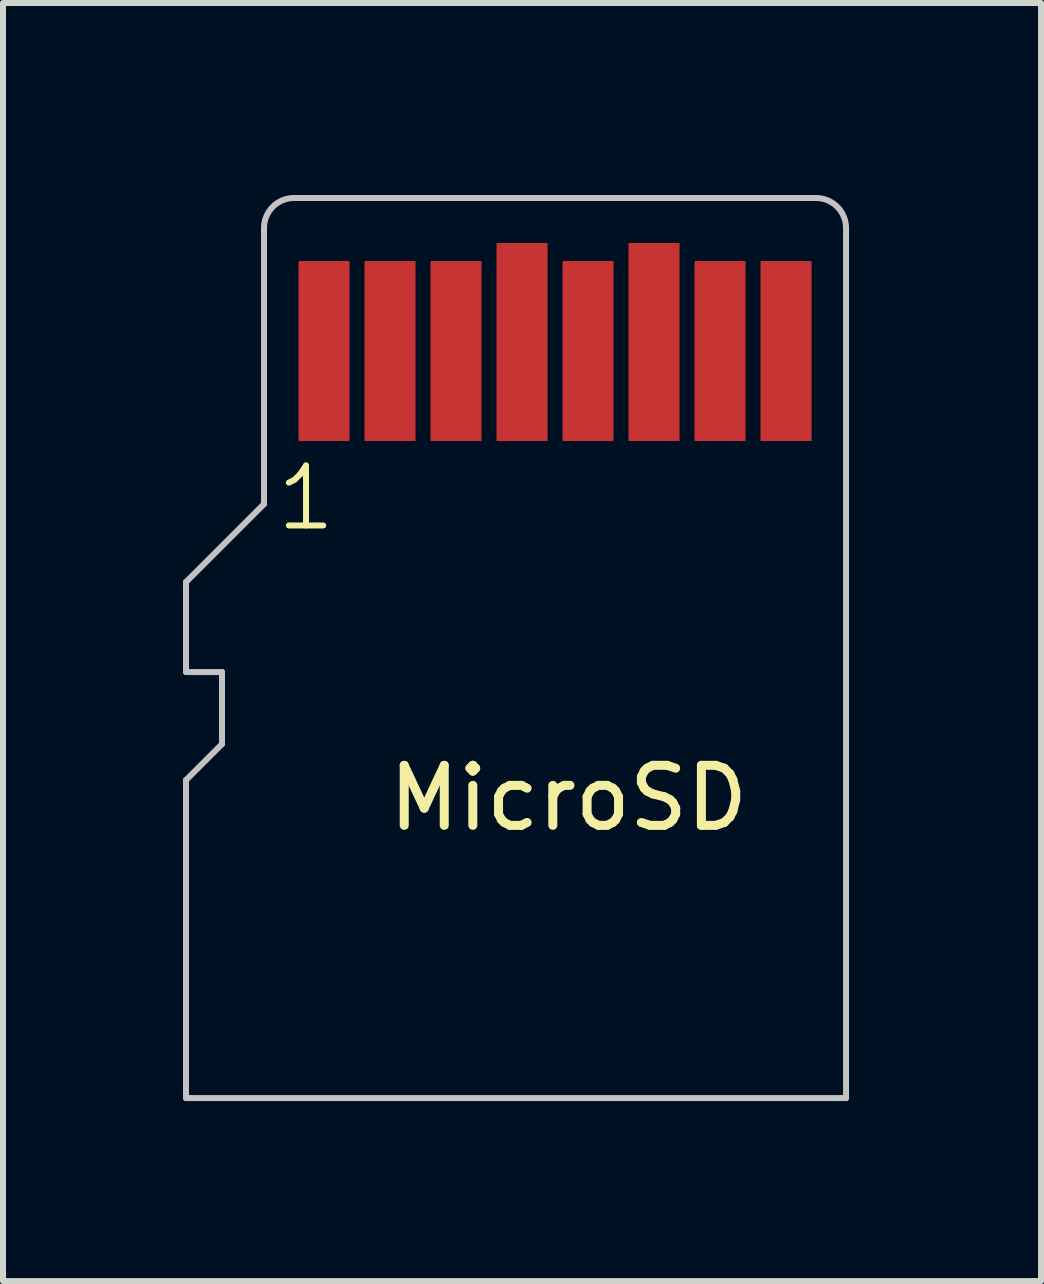
<source format=kicad_pcb>
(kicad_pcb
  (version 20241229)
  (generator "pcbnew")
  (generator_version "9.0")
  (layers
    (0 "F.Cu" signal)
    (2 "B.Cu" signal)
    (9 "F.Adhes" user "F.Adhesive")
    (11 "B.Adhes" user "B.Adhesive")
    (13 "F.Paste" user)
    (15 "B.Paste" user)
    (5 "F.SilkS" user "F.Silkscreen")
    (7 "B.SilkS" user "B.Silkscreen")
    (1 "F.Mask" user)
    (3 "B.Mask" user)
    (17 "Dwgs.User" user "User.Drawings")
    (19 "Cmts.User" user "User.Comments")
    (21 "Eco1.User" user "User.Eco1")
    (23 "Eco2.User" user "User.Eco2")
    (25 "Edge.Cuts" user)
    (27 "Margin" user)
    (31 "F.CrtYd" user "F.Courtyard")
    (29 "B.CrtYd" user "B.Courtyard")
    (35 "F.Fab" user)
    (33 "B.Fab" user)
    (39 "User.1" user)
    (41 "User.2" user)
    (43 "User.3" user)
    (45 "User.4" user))
  (footprint "MicroSD"
    (layer "F.Cu")
    (at 11.05 0.25)
    (property "Reference" "MicroSD" (at -4.625 10 0) (layer "F.SilkS") (effects (font (size 1 1) (thickness 0.15))))
    (attr exclude_from_pos_files exclude_from_bom)
    (fp_line (start -11 6.4) (end -11 7.9) (stroke (width 0.1) (type solid)) (layer "Dwgs.User"))
    (fp_line (start -11 6.4) (end -9.7 5.1) (stroke (width 0.1) (type solid)) (layer "Dwgs.User"))
    (fp_line (start -11 7.9) (end -10.4 7.9) (stroke (width 0.1) (type solid)) (layer "Dwgs.User"))
    (fp_line (start -11 9.7) (end -11 15) (stroke (width 0.1) (type solid)) (layer "Dwgs.User"))
    (fp_line (start -11 15) (end 0 15) (stroke (width 0.1) (type solid)) (layer "Dwgs.User"))
    (fp_line (start -10.4 7.9) (end -10.4 9.1) (stroke (width 0.1) (type solid)) (layer "Dwgs.User"))
    (fp_line (start -10.4 9.1) (end -11 9.7) (stroke (width 0.1) (type solid)) (layer "Dwgs.User"))
    (fp_line (start -9.7 0.5) (end -9.7 5.1) (stroke (width 0.1) (type solid)) (layer "Dwgs.User"))
    (fp_line (start -9.2 0) (end -0.5 0) (stroke (width 0.1) (type solid)) (layer "Dwgs.User"))
    (fp_line (start 0 0.5) (end 0 15) (stroke (width 0.1) (type solid)) (layer "Dwgs.User"))
    (fp_arc (start -9.7 0.5) (mid -9.553553 0.146447) (end -9.2 0) (stroke (width 0.1) (type solid)) (layer "Dwgs.User"))
    (fp_arc (start -0.5 0) (mid -0.146447 0.146447) (end 0 0.5) (stroke (width 0.1) (type solid)) (layer "Dwgs.User"))
    (fp_text user "1" (at -9 5 0) (layer "F.SilkS") (effects (font (size 1 1) (thickness 0.1))))
    (pad "1" connect rect (at -8.7 2.55 180) (size 0.85 3) (layers "F.Cu" "F.Mask"))
    (pad "2" connect rect (at -7.6 2.55 180) (size 0.85 3) (layers "F.Cu" "F.Mask"))
    (pad "3" connect rect (at -6.5 2.55 180) (size 0.85 3) (layers "F.Cu" "F.Mask"))
    (pad "4" connect rect (at -5.4 2.4 180) (size 0.85 3.3) (layers "F.Cu" "F.Mask"))
    (pad "5" connect rect (at -4.3 2.55 180) (size 0.85 3) (layers "F.Cu" "F.Mask"))
    (pad "6" connect rect (at -3.2 2.4 180) (size 0.85 3.3) (layers "F.Cu" "F.Mask"))
    (pad "7" connect rect (at -2.1 2.55 180) (size 0.85 3) (layers "F.Cu" "F.Mask"))
    (pad "8" connect rect (at -1 2.55 180) (size 0.85 3) (layers "F.Cu" "F.Mask")))
  (gr_rect
    (start -3 -3)
    (end 14.3 18.3)
    (stroke (width 0.1) (type default))
    (fill no)
    (layer "Edge.Cuts")))
</source>
